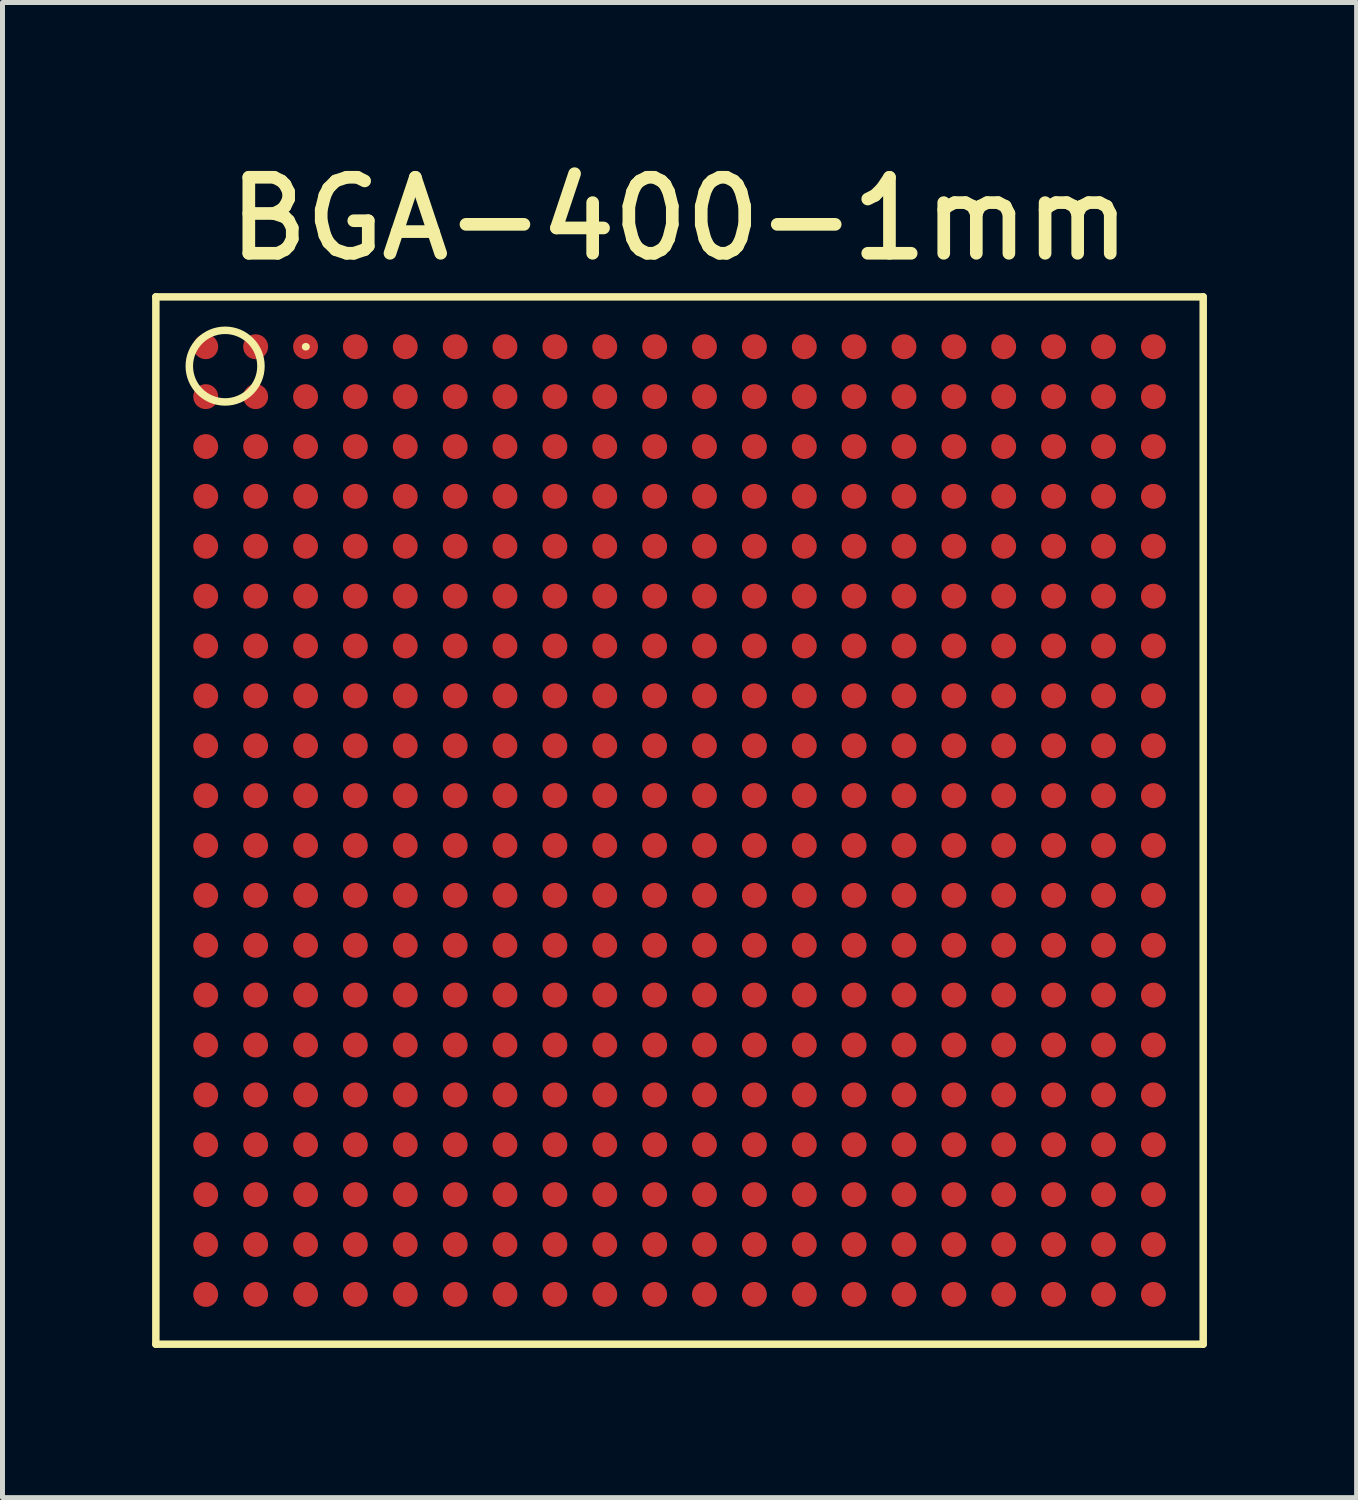
<source format=kicad_pcb>
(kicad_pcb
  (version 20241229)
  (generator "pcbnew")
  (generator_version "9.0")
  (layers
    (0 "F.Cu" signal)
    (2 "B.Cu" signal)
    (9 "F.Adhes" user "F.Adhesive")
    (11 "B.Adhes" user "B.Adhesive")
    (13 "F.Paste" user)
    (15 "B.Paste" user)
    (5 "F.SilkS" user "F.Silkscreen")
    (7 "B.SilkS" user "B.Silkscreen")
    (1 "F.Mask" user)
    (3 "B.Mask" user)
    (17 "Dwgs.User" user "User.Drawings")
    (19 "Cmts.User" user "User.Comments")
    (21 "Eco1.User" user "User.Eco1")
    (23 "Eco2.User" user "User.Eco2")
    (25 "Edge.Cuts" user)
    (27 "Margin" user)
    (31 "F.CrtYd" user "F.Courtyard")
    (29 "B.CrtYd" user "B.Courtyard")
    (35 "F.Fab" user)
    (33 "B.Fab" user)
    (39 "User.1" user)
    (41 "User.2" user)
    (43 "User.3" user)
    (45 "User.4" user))
  (footprint "BGA-400-1mm"
    (layer "F.Cu")
    (at 10.575 13.402)
    (property "Reference" "BGA-400-1mm" (at 0 -12.065 0) (layer "F.SilkS") (effects (font (size 1.524 1.524) (thickness 0.254))))
    (attr smd)
    (fp_line (start -10.5 -10.5) (end 10.5 -10.5) (stroke (width 0.15) (type solid)) (layer "F.SilkS"))
    (fp_line (start -10.5 10.5) (end -10.5 -10.5) (stroke (width 0.15) (type solid)) (layer "F.SilkS"))
    (fp_line (start -7.498 -9.5) (end -7.488 -9.5) (stroke (width 0.15) (type solid)) (layer "F.SilkS"))
    (fp_line (start 10.5 -10.5) (end 10.5 10.5) (stroke (width 0.15) (type solid)) (layer "F.SilkS"))
    (fp_line (start 10.5 10.5) (end -10.5 10.5) (stroke (width 0.15) (type solid)) (layer "F.SilkS"))
    (fp_circle (center -9.111 -9.111) (end -8.603 -9.619) (stroke (width 0.15) (type solid)) (fill no) (layer "F.SilkS"))
    (pad "A1" smd circle (at -9.5 -9.5) (size 0.5 0.5) (layers "F.Cu" "F.Mask" "F.Paste"))
    (pad "A2" smd circle (at -8.499 -9.5) (size 0.5 0.5) (layers "F.Cu" "F.Mask" "F.Paste"))
    (pad "A3" smd circle (at -7.498 -9.5) (size 0.5 0.5) (layers "F.Cu" "F.Mask" "F.Paste"))
    (pad "A4" smd circle (at -6.5 -9.5) (size 0.5 0.5) (layers "F.Cu" "F.Mask" "F.Paste"))
    (pad "A5" smd circle (at -5.499 -9.5) (size 0.5 0.5) (layers "F.Cu" "F.Mask" "F.Paste"))
    (pad "A6" smd circle (at -4.498 -9.5) (size 0.5 0.5) (layers "F.Cu" "F.Mask" "F.Paste"))
    (pad "A7" smd circle (at -3.5 -9.5) (size 0.5 0.5) (layers "F.Cu" "F.Mask" "F.Paste"))
    (pad "A8" smd circle (at -2.499 -9.5) (size 0.5 0.5) (layers "F.Cu" "F.Mask" "F.Paste"))
    (pad "A9" smd circle (at -1.499 -9.5) (size 0.5 0.5) (layers "F.Cu" "F.Mask" "F.Paste"))
    (pad "A10" smd circle (at -0.498 -9.5) (size 0.5 0.5) (layers "F.Cu" "F.Mask" "F.Paste"))
    (pad "A11" smd circle (at 0.5 -9.5) (size 0.5 0.5) (layers "F.Cu" "F.Mask" "F.Paste"))
    (pad "A12" smd circle (at 1.501 -9.5) (size 0.5 0.5) (layers "F.Cu" "F.Mask" "F.Paste"))
    (pad "A13" smd circle (at 2.502 -9.5) (size 0.5 0.5) (layers "F.Cu" "F.Mask" "F.Paste"))
    (pad "A14" smd circle (at 3.5 -9.5) (size 0.5 0.5) (layers "F.Cu" "F.Mask" "F.Paste"))
    (pad "A15" smd circle (at 4.501 -9.5) (size 0.5 0.5) (layers "F.Cu" "F.Mask" "F.Paste"))
    (pad "A16" smd circle (at 5.502 -9.5) (size 0.5 0.5) (layers "F.Cu" "F.Mask" "F.Paste"))
    (pad "A17" smd circle (at 6.5 -9.5) (size 0.5 0.5) (layers "F.Cu" "F.Mask" "F.Paste"))
    (pad "A18" smd circle (at 7.501 -9.5) (size 0.5 0.5) (layers "F.Cu" "F.Mask" "F.Paste"))
    (pad "A19" smd circle (at 8.501 -9.5) (size 0.5 0.5) (layers "F.Cu" "F.Mask" "F.Paste"))
    (pad "A20" smd circle (at 9.502 -9.5) (size 0.5 0.5) (layers "F.Cu" "F.Mask" "F.Paste"))
    (pad "B1" smd circle (at -9.5 -8.499) (size 0.5 0.5) (layers "F.Cu" "F.Mask" "F.Paste"))
    (pad "B2" smd circle (at -8.499 -8.499) (size 0.5 0.5) (layers "F.Cu" "F.Mask" "F.Paste"))
    (pad "B3" smd circle (at -7.498 -8.499) (size 0.5 0.5) (layers "F.Cu" "F.Mask" "F.Paste"))
    (pad "B4" smd circle (at -6.5 -8.499) (size 0.5 0.5) (layers "F.Cu" "F.Mask" "F.Paste"))
    (pad "B5" smd circle (at -5.499 -8.499) (size 0.5 0.5) (layers "F.Cu" "F.Mask" "F.Paste"))
    (pad "B6" smd circle (at -4.498 -8.499) (size 0.5 0.5) (layers "F.Cu" "F.Mask" "F.Paste"))
    (pad "B7" smd circle (at -3.5 -8.499) (size 0.5 0.5) (layers "F.Cu" "F.Mask" "F.Paste"))
    (pad "B8" smd circle (at -2.499 -8.499) (size 0.5 0.5) (layers "F.Cu" "F.Mask" "F.Paste"))
    (pad "B9" smd circle (at -1.499 -8.499) (size 0.5 0.5) (layers "F.Cu" "F.Mask" "F.Paste"))
    (pad "B10" smd circle (at -0.498 -8.499) (size 0.5 0.5) (layers "F.Cu" "F.Mask" "F.Paste"))
    (pad "B11" smd circle (at 0.5 -8.499) (size 0.5 0.5) (layers "F.Cu" "F.Mask" "F.Paste"))
    (pad "B12" smd circle (at 1.501 -8.499) (size 0.5 0.5) (layers "F.Cu" "F.Mask" "F.Paste"))
    (pad "B13" smd circle (at 2.502 -8.499) (size 0.5 0.5) (layers "F.Cu" "F.Mask" "F.Paste"))
    (pad "B14" smd circle (at 3.5 -8.499) (size 0.5 0.5) (layers "F.Cu" "F.Mask" "F.Paste"))
    (pad "B15" smd circle (at 4.501 -8.499) (size 0.5 0.5) (layers "F.Cu" "F.Mask" "F.Paste"))
    (pad "B16" smd circle (at 5.502 -8.499) (size 0.5 0.5) (layers "F.Cu" "F.Mask" "F.Paste"))
    (pad "B17" smd circle (at 6.5 -8.499) (size 0.5 0.5) (layers "F.Cu" "F.Mask" "F.Paste"))
    (pad "B18" smd circle (at 7.501 -8.499) (size 0.5 0.5) (layers "F.Cu" "F.Mask" "F.Paste"))
    (pad "B19" smd circle (at 8.501 -8.499) (size 0.5 0.5) (layers "F.Cu" "F.Mask" "F.Paste"))
    (pad "B20" smd circle (at 9.502 -8.499) (size 0.5 0.5) (layers "F.Cu" "F.Mask" "F.Paste"))
    (pad "C1" smd circle (at -9.5 -7.498) (size 0.5 0.5) (layers "F.Cu" "F.Mask" "F.Paste"))
    (pad "C2" smd circle (at -8.499 -7.498) (size 0.5 0.5) (layers "F.Cu" "F.Mask" "F.Paste"))
    (pad "C3" smd circle (at -7.498 -7.498) (size 0.5 0.5) (layers "F.Cu" "F.Mask" "F.Paste"))
    (pad "C4" smd circle (at -6.5 -7.498) (size 0.5 0.5) (layers "F.Cu" "F.Mask" "F.Paste"))
    (pad "C5" smd circle (at -5.499 -7.498) (size 0.5 0.5) (layers "F.Cu" "F.Mask" "F.Paste"))
    (pad "C6" smd circle (at -4.498 -7.498) (size 0.5 0.5) (layers "F.Cu" "F.Mask" "F.Paste"))
    (pad "C7" smd circle (at -3.5 -7.498) (size 0.5 0.5) (layers "F.Cu" "F.Mask" "F.Paste"))
    (pad "C8" smd circle (at -2.499 -7.498) (size 0.5 0.5) (layers "F.Cu" "F.Mask" "F.Paste"))
    (pad "C9" smd circle (at -1.499 -7.498) (size 0.5 0.5) (layers "F.Cu" "F.Mask" "F.Paste"))
    (pad "C10" smd circle (at -0.498 -7.498) (size 0.5 0.5) (layers "F.Cu" "F.Mask" "F.Paste"))
    (pad "C11" smd circle (at 0.5 -7.498) (size 0.5 0.5) (layers "F.Cu" "F.Mask" "F.Paste"))
    (pad "C12" smd circle (at 1.501 -7.498) (size 0.5 0.5) (layers "F.Cu" "F.Mask" "F.Paste"))
    (pad "C13" smd circle (at 2.502 -7.498) (size 0.5 0.5) (layers "F.Cu" "F.Mask" "F.Paste"))
    (pad "C14" smd circle (at 3.5 -7.498) (size 0.5 0.5) (layers "F.Cu" "F.Mask" "F.Paste"))
    (pad "C15" smd circle (at 4.501 -7.498) (size 0.5 0.5) (layers "F.Cu" "F.Mask" "F.Paste"))
    (pad "C16" smd circle (at 5.502 -7.498) (size 0.5 0.5) (layers "F.Cu" "F.Mask" "F.Paste"))
    (pad "C17" smd circle (at 6.5 -7.498) (size 0.5 0.5) (layers "F.Cu" "F.Mask" "F.Paste"))
    (pad "C18" smd circle (at 7.501 -7.498) (size 0.5 0.5) (layers "F.Cu" "F.Mask" "F.Paste"))
    (pad "C19" smd circle (at 8.501 -7.498) (size 0.5 0.5) (layers "F.Cu" "F.Mask" "F.Paste"))
    (pad "C20" smd circle (at 9.502 -7.498) (size 0.5 0.5) (layers "F.Cu" "F.Mask" "F.Paste"))
    (pad "D1" smd circle (at -9.5 -6.5) (size 0.5 0.5) (layers "F.Cu" "F.Mask" "F.Paste"))
    (pad "D2" smd circle (at -8.499 -6.5) (size 0.5 0.5) (layers "F.Cu" "F.Mask" "F.Paste"))
    (pad "D3" smd circle (at -7.498 -6.5) (size 0.5 0.5) (layers "F.Cu" "F.Mask" "F.Paste"))
    (pad "D4" smd circle (at -6.5 -6.5) (size 0.5 0.5) (layers "F.Cu" "F.Mask" "F.Paste"))
    (pad "D5" smd circle (at -5.499 -6.5) (size 0.5 0.5) (layers "F.Cu" "F.Mask" "F.Paste"))
    (pad "D6" smd circle (at -4.498 -6.5) (size 0.5 0.5) (layers "F.Cu" "F.Mask" "F.Paste"))
    (pad "D7" smd circle (at -3.5 -6.5) (size 0.5 0.5) (layers "F.Cu" "F.Mask" "F.Paste"))
    (pad "D8" smd circle (at -2.499 -6.5) (size 0.5 0.5) (layers "F.Cu" "F.Mask" "F.Paste"))
    (pad "D9" smd circle (at -1.499 -6.5) (size 0.5 0.5) (layers "F.Cu" "F.Mask" "F.Paste"))
    (pad "D10" smd circle (at -0.498 -6.5) (size 0.5 0.5) (layers "F.Cu" "F.Mask" "F.Paste"))
    (pad "D11" smd circle (at 0.5 -6.5) (size 0.5 0.5) (layers "F.Cu" "F.Mask" "F.Paste"))
    (pad "D12" smd circle (at 1.501 -6.5) (size 0.5 0.5) (layers "F.Cu" "F.Mask" "F.Paste"))
    (pad "D13" smd circle (at 2.502 -6.5) (size 0.5 0.5) (layers "F.Cu" "F.Mask" "F.Paste"))
    (pad "D14" smd circle (at 3.5 -6.5) (size 0.5 0.5) (layers "F.Cu" "F.Mask" "F.Paste"))
    (pad "D15" smd circle (at 4.501 -6.5) (size 0.5 0.5) (layers "F.Cu" "F.Mask" "F.Paste"))
    (pad "D16" smd circle (at 5.502 -6.5) (size 0.5 0.5) (layers "F.Cu" "F.Mask" "F.Paste"))
    (pad "D17" smd circle (at 6.5 -6.5) (size 0.5 0.5) (layers "F.Cu" "F.Mask" "F.Paste"))
    (pad "D18" smd circle (at 7.501 -6.5) (size 0.5 0.5) (layers "F.Cu" "F.Mask" "F.Paste"))
    (pad "D19" smd circle (at 8.501 -6.5) (size 0.5 0.5) (layers "F.Cu" "F.Mask" "F.Paste"))
    (pad "D20" smd circle (at 9.502 -6.5) (size 0.5 0.5) (layers "F.Cu" "F.Mask" "F.Paste"))
    (pad "E1" smd circle (at -9.5 -5.499) (size 0.5 0.5) (layers "F.Cu" "F.Mask" "F.Paste"))
    (pad "E2" smd circle (at -8.499 -5.499) (size 0.5 0.5) (layers "F.Cu" "F.Mask" "F.Paste"))
    (pad "E3" smd circle (at -7.498 -5.499) (size 0.5 0.5) (layers "F.Cu" "F.Mask" "F.Paste"))
    (pad "E4" smd circle (at -6.5 -5.499) (size 0.5 0.5) (layers "F.Cu" "F.Mask" "F.Paste"))
    (pad "E5" smd circle (at -5.499 -5.499) (size 0.5 0.5) (layers "F.Cu" "F.Mask" "F.Paste"))
    (pad "E6" smd circle (at -4.498 -5.499) (size 0.5 0.5) (layers "F.Cu" "F.Mask" "F.Paste"))
    (pad "E7" smd circle (at -3.5 -5.499) (size 0.5 0.5) (layers "F.Cu" "F.Mask" "F.Paste"))
    (pad "E8" smd circle (at -2.499 -5.499) (size 0.5 0.5) (layers "F.Cu" "F.Mask" "F.Paste"))
    (pad "E9" smd circle (at -1.499 -5.499) (size 0.5 0.5) (layers "F.Cu" "F.Mask" "F.Paste"))
    (pad "E10" smd circle (at -0.498 -5.499) (size 0.5 0.5) (layers "F.Cu" "F.Mask" "F.Paste"))
    (pad "E11" smd circle (at 0.5 -5.499) (size 0.5 0.5) (layers "F.Cu" "F.Mask" "F.Paste"))
    (pad "E12" smd circle (at 1.501 -5.499) (size 0.5 0.5) (layers "F.Cu" "F.Mask" "F.Paste"))
    (pad "E13" smd circle (at 2.502 -5.499) (size 0.5 0.5) (layers "F.Cu" "F.Mask" "F.Paste"))
    (pad "E14" smd circle (at 3.5 -5.499) (size 0.5 0.5) (layers "F.Cu" "F.Mask" "F.Paste"))
    (pad "E15" smd circle (at 4.501 -5.499) (size 0.5 0.5) (layers "F.Cu" "F.Mask" "F.Paste"))
    (pad "E16" smd circle (at 5.502 -5.499) (size 0.5 0.5) (layers "F.Cu" "F.Mask" "F.Paste"))
    (pad "E17" smd circle (at 6.5 -5.499) (size 0.5 0.5) (layers "F.Cu" "F.Mask" "F.Paste"))
    (pad "E18" smd circle (at 7.501 -5.499) (size 0.5 0.5) (layers "F.Cu" "F.Mask" "F.Paste"))
    (pad "E19" smd circle (at 8.501 -5.499) (size 0.5 0.5) (layers "F.Cu" "F.Mask" "F.Paste"))
    (pad "E20" smd circle (at 9.502 -5.499) (size 0.5 0.5) (layers "F.Cu" "F.Mask" "F.Paste"))
    (pad "F1" smd circle (at -9.5 -4.498) (size 0.5 0.5) (layers "F.Cu" "F.Mask" "F.Paste"))
    (pad "F2" smd circle (at -8.499 -4.498) (size 0.5 0.5) (layers "F.Cu" "F.Mask" "F.Paste"))
    (pad "F3" smd circle (at -7.498 -4.498) (size 0.5 0.5) (layers "F.Cu" "F.Mask" "F.Paste"))
    (pad "F4" smd circle (at -6.5 -4.498) (size 0.5 0.5) (layers "F.Cu" "F.Mask" "F.Paste"))
    (pad "F5" smd circle (at -5.499 -4.498) (size 0.5 0.5) (layers "F.Cu" "F.Mask" "F.Paste"))
    (pad "F6" smd circle (at -4.498 -4.498) (size 0.5 0.5) (layers "F.Cu" "F.Mask" "F.Paste"))
    (pad "F7" smd circle (at -3.5 -4.498) (size 0.5 0.5) (layers "F.Cu" "F.Mask" "F.Paste"))
    (pad "F8" smd circle (at -2.499 -4.498) (size 0.5 0.5) (layers "F.Cu" "F.Mask" "F.Paste"))
    (pad "F9" smd circle (at -1.499 -4.498) (size 0.5 0.5) (layers "F.Cu" "F.Mask" "F.Paste"))
    (pad "F10" smd circle (at -0.498 -4.498) (size 0.5 0.5) (layers "F.Cu" "F.Mask" "F.Paste"))
    (pad "F11" smd circle (at 0.5 -4.498) (size 0.5 0.5) (layers "F.Cu" "F.Mask" "F.Paste"))
    (pad "F12" smd circle (at 1.501 -4.498) (size 0.5 0.5) (layers "F.Cu" "F.Mask" "F.Paste"))
    (pad "F13" smd circle (at 2.502 -4.498) (size 0.5 0.5) (layers "F.Cu" "F.Mask" "F.Paste"))
    (pad "F14" smd circle (at 3.5 -4.498) (size 0.5 0.5) (layers "F.Cu" "F.Mask" "F.Paste"))
    (pad "F15" smd circle (at 4.501 -4.498) (size 0.5 0.5) (layers "F.Cu" "F.Mask" "F.Paste"))
    (pad "F16" smd circle (at 5.502 -4.498) (size 0.5 0.5) (layers "F.Cu" "F.Mask" "F.Paste"))
    (pad "F17" smd circle (at 6.5 -4.498) (size 0.5 0.5) (layers "F.Cu" "F.Mask" "F.Paste"))
    (pad "F18" smd circle (at 7.501 -4.498) (size 0.5 0.5) (layers "F.Cu" "F.Mask" "F.Paste"))
    (pad "F19" smd circle (at 8.501 -4.498) (size 0.5 0.5) (layers "F.Cu" "F.Mask" "F.Paste"))
    (pad "F20" smd circle (at 9.502 -4.498) (size 0.5 0.5) (layers "F.Cu" "F.Mask" "F.Paste"))
    (pad "G1" smd circle (at -9.5 -3.5) (size 0.5 0.5) (layers "F.Cu" "F.Mask" "F.Paste"))
    (pad "G2" smd circle (at -8.499 -3.5) (size 0.5 0.5) (layers "F.Cu" "F.Mask" "F.Paste"))
    (pad "G3" smd circle (at -7.498 -3.5) (size 0.5 0.5) (layers "F.Cu" "F.Mask" "F.Paste"))
    (pad "G4" smd circle (at -6.5 -3.5) (size 0.5 0.5) (layers "F.Cu" "F.Mask" "F.Paste"))
    (pad "G5" smd circle (at -5.499 -3.5) (size 0.5 0.5) (layers "F.Cu" "F.Mask" "F.Paste"))
    (pad "G6" smd circle (at -4.498 -3.5) (size 0.5 0.5) (layers "F.Cu" "F.Mask" "F.Paste"))
    (pad "G7" smd circle (at -3.5 -3.5) (size 0.5 0.5) (layers "F.Cu" "F.Mask" "F.Paste"))
    (pad "G8" smd circle (at -2.499 -3.5) (size 0.5 0.5) (layers "F.Cu" "F.Mask" "F.Paste"))
    (pad "G9" smd circle (at -1.499 -3.5) (size 0.5 0.5) (layers "F.Cu" "F.Mask" "F.Paste"))
    (pad "G10" smd circle (at -0.5 -3.5) (size 0.5 0.5) (layers "F.Cu" "F.Mask" "F.Paste"))
    (pad "G11" smd circle (at 0.5 -3.5) (size 0.5 0.5) (layers "F.Cu" "F.Mask" "F.Paste"))
    (pad "G12" smd circle (at 1.501 -3.5) (size 0.5 0.5) (layers "F.Cu" "F.Mask" "F.Paste"))
    (pad "G13" smd circle (at 2.502 -3.5) (size 0.5 0.5) (layers "F.Cu" "F.Mask" "F.Paste"))
    (pad "G14" smd circle (at 3.5 -3.5) (size 0.5 0.5) (layers "F.Cu" "F.Mask" "F.Paste"))
    (pad "G15" smd circle (at 4.501 -3.5) (size 0.5 0.5) (layers "F.Cu" "F.Mask" "F.Paste"))
    (pad "G16" smd circle (at 5.502 -3.5) (size 0.5 0.5) (layers "F.Cu" "F.Mask" "F.Paste"))
    (pad "G17" smd circle (at 6.5 -3.5) (size 0.5 0.5) (layers "F.Cu" "F.Mask" "F.Paste"))
    (pad "G18" smd circle (at 7.501 -3.5) (size 0.5 0.5) (layers "F.Cu" "F.Mask" "F.Paste"))
    (pad "G19" smd circle (at 8.501 -3.5) (size 0.5 0.5) (layers "F.Cu" "F.Mask" "F.Paste"))
    (pad "G20" smd circle (at 9.502 -3.5) (size 0.5 0.5) (layers "F.Cu" "F.Mask" "F.Paste"))
    (pad "H1" smd circle (at -9.5 -2.499) (size 0.5 0.5) (layers "F.Cu" "F.Mask" "F.Paste"))
    (pad "H2" smd circle (at -8.499 -2.499) (size 0.5 0.5) (layers "F.Cu" "F.Mask" "F.Paste"))
    (pad "H3" smd circle (at -7.498 -2.499) (size 0.5 0.5) (layers "F.Cu" "F.Mask" "F.Paste"))
    (pad "H4" smd circle (at -6.5 -2.499) (size 0.5 0.5) (layers "F.Cu" "F.Mask" "F.Paste"))
    (pad "H5" smd circle (at -5.499 -2.499) (size 0.5 0.5) (layers "F.Cu" "F.Mask" "F.Paste"))
    (pad "H6" smd circle (at -4.498 -2.499) (size 0.5 0.5) (layers "F.Cu" "F.Mask" "F.Paste"))
    (pad "H7" smd circle (at -3.5 -2.499) (size 0.5 0.5) (layers "F.Cu" "F.Mask" "F.Paste"))
    (pad "H8" smd circle (at -2.499 -2.499) (size 0.5 0.5) (layers "F.Cu" "F.Mask" "F.Paste"))
    (pad "H9" smd circle (at -1.499 -2.499) (size 0.5 0.5) (layers "F.Cu" "F.Mask" "F.Paste"))
    (pad "H10" smd circle (at -0.5 -2.499) (size 0.5 0.5) (layers "F.Cu" "F.Mask" "F.Paste"))
    (pad "H11" smd circle (at 0.5 -2.499) (size 0.5 0.5) (layers "F.Cu" "F.Mask" "F.Paste"))
    (pad "H12" smd circle (at 1.501 -2.499) (size 0.5 0.5) (layers "F.Cu" "F.Mask" "F.Paste"))
    (pad "H13" smd circle (at 2.502 -2.499) (size 0.5 0.5) (layers "F.Cu" "F.Mask" "F.Paste"))
    (pad "H14" smd circle (at 3.5 -2.499) (size 0.5 0.5) (layers "F.Cu" "F.Mask" "F.Paste"))
    (pad "H15" smd circle (at 4.501 -2.499) (size 0.5 0.5) (layers "F.Cu" "F.Mask" "F.Paste"))
    (pad "H16" smd circle (at 5.502 -2.499) (size 0.5 0.5) (layers "F.Cu" "F.Mask" "F.Paste"))
    (pad "H17" smd circle (at 6.5 -2.499) (size 0.5 0.5) (layers "F.Cu" "F.Mask" "F.Paste"))
    (pad "H18" smd circle (at 7.501 -2.499) (size 0.5 0.5) (layers "F.Cu" "F.Mask" "F.Paste"))
    (pad "H19" smd circle (at 8.501 -2.499) (size 0.5 0.5) (layers "F.Cu" "F.Mask" "F.Paste"))
    (pad "H20" smd circle (at 9.502 -2.499) (size 0.5 0.5) (layers "F.Cu" "F.Mask" "F.Paste"))
    (pad "J1" smd circle (at -9.5 -1.499) (size 0.5 0.5) (layers "F.Cu" "F.Mask" "F.Paste"))
    (pad "J2" smd circle (at -8.499 -1.499) (size 0.5 0.5) (layers "F.Cu" "F.Mask" "F.Paste"))
    (pad "J3" smd circle (at -7.498 -1.499) (size 0.5 0.5) (layers "F.Cu" "F.Mask" "F.Paste"))
    (pad "J4" smd circle (at -6.5 -1.499) (size 0.5 0.5) (layers "F.Cu" "F.Mask" "F.Paste"))
    (pad "J5" smd circle (at -5.499 -1.499) (size 0.5 0.5) (layers "F.Cu" "F.Mask" "F.Paste"))
    (pad "J6" smd circle (at -4.498 -1.499) (size 0.5 0.5) (layers "F.Cu" "F.Mask" "F.Paste"))
    (pad "J7" smd circle (at -3.5 -1.499) (size 0.5 0.5) (layers "F.Cu" "F.Mask" "F.Paste"))
    (pad "J8" smd circle (at -2.499 -1.499) (size 0.5 0.5) (layers "F.Cu" "F.Mask" "F.Paste"))
    (pad "J9" smd circle (at -1.499 -1.499) (size 0.5 0.5) (layers "F.Cu" "F.Mask" "F.Paste"))
    (pad "J10" smd circle (at -0.5 -1.499) (size 0.5 0.5) (layers "F.Cu" "F.Mask" "F.Paste"))
    (pad "J11" smd circle (at 0.5 -1.499) (size 0.5 0.5) (layers "F.Cu" "F.Mask" "F.Paste"))
    (pad "J12" smd circle (at 1.501 -1.499) (size 0.5 0.5) (layers "F.Cu" "F.Mask" "F.Paste"))
    (pad "J13" smd circle (at 2.502 -1.499) (size 0.5 0.5) (layers "F.Cu" "F.Mask" "F.Paste"))
    (pad "J14" smd circle (at 3.5 -1.499) (size 0.5 0.5) (layers "F.Cu" "F.Mask" "F.Paste"))
    (pad "J15" smd circle (at 4.501 -1.499) (size 0.5 0.5) (layers "F.Cu" "F.Mask" "F.Paste"))
    (pad "J16" smd circle (at 5.502 -1.499) (size 0.5 0.5) (layers "F.Cu" "F.Mask" "F.Paste"))
    (pad "J17" smd circle (at 6.5 -1.499) (size 0.5 0.5) (layers "F.Cu" "F.Mask" "F.Paste"))
    (pad "J18" smd circle (at 7.501 -1.499) (size 0.5 0.5) (layers "F.Cu" "F.Mask" "F.Paste"))
    (pad "J19" smd circle (at 8.501 -1.499) (size 0.5 0.5) (layers "F.Cu" "F.Mask" "F.Paste"))
    (pad "J20" smd circle (at 9.502 -1.499) (size 0.5 0.5) (layers "F.Cu" "F.Mask" "F.Paste"))
    (pad "K1" smd circle (at -9.5 -0.498) (size 0.5 0.5) (layers "F.Cu" "F.Mask" "F.Paste"))
    (pad "K2" smd circle (at -8.499 -0.498) (size 0.5 0.5) (layers "F.Cu" "F.Mask" "F.Paste"))
    (pad "K3" smd circle (at -7.498 -0.498) (size 0.5 0.5) (layers "F.Cu" "F.Mask" "F.Paste"))
    (pad "K4" smd circle (at -6.5 -0.498) (size 0.5 0.5) (layers "F.Cu" "F.Mask" "F.Paste"))
    (pad "K5" smd circle (at -5.499 -0.498) (size 0.5 0.5) (layers "F.Cu" "F.Mask" "F.Paste"))
    (pad "K6" smd circle (at -4.498 -0.498) (size 0.5 0.5) (layers "F.Cu" "F.Mask" "F.Paste"))
    (pad "K7" smd circle (at -3.5 -0.5) (size 0.5 0.5) (layers "F.Cu" "F.Mask" "F.Paste"))
    (pad "K8" smd circle (at -2.499 -0.5) (size 0.5 0.5) (layers "F.Cu" "F.Mask" "F.Paste"))
    (pad "K9" smd circle (at -1.499 -0.5) (size 0.5 0.5) (layers "F.Cu" "F.Mask" "F.Paste"))
    (pad "K10" smd circle (at -0.5 -0.5) (size 0.5 0.5) (layers "F.Cu" "F.Mask" "F.Paste"))
    (pad "K11" smd circle (at 0.5 -0.5) (size 0.5 0.5) (layers "F.Cu" "F.Mask" "F.Paste"))
    (pad "K12" smd circle (at 1.501 -0.5) (size 0.5 0.5) (layers "F.Cu" "F.Mask" "F.Paste"))
    (pad "K13" smd circle (at 2.502 -0.5) (size 0.5 0.5) (layers "F.Cu" "F.Mask" "F.Paste"))
    (pad "K14" smd circle (at 3.5 -0.5) (size 0.5 0.5) (layers "F.Cu" "F.Mask" "F.Paste"))
    (pad "K15" smd circle (at 4.501 -0.498) (size 0.5 0.5) (layers "F.Cu" "F.Mask" "F.Paste"))
    (pad "K16" smd circle (at 5.502 -0.498) (size 0.5 0.5) (layers "F.Cu" "F.Mask" "F.Paste"))
    (pad "K17" smd circle (at 6.5 -0.498) (size 0.5 0.5) (layers "F.Cu" "F.Mask" "F.Paste"))
    (pad "K18" smd circle (at 7.501 -0.498) (size 0.5 0.5) (layers "F.Cu" "F.Mask" "F.Paste"))
    (pad "K19" smd circle (at 8.501 -0.498) (size 0.5 0.5) (layers "F.Cu" "F.Mask" "F.Paste"))
    (pad "K20" smd circle (at 9.502 -0.498) (size 0.5 0.5) (layers "F.Cu" "F.Mask" "F.Paste"))
    (pad "L1" smd circle (at -9.5 0.5) (size 0.5 0.5) (layers "F.Cu" "F.Mask" "F.Paste"))
    (pad "L2" smd circle (at -8.499 0.5) (size 0.5 0.5) (layers "F.Cu" "F.Mask" "F.Paste"))
    (pad "L3" smd circle (at -7.498 0.5) (size 0.5 0.5) (layers "F.Cu" "F.Mask" "F.Paste"))
    (pad "L4" smd circle (at -6.5 0.5) (size 0.5 0.5) (layers "F.Cu" "F.Mask" "F.Paste"))
    (pad "L5" smd circle (at -5.499 0.5) (size 0.5 0.5) (layers "F.Cu" "F.Mask" "F.Paste"))
    (pad "L6" smd circle (at -4.498 0.5) (size 0.5 0.5) (layers "F.Cu" "F.Mask" "F.Paste"))
    (pad "L7" smd circle (at -3.5 0.5) (size 0.5 0.5) (layers "F.Cu" "F.Mask" "F.Paste"))
    (pad "L8" smd circle (at -2.499 0.5) (size 0.5 0.5) (layers "F.Cu" "F.Mask" "F.Paste"))
    (pad "L9" smd circle (at -1.499 0.5) (size 0.5 0.5) (layers "F.Cu" "F.Mask" "F.Paste"))
    (pad "L10" smd circle (at -0.5 0.5) (size 0.5 0.5) (layers "F.Cu" "F.Mask" "F.Paste"))
    (pad "L11" smd circle (at 0.5 0.5) (size 0.5 0.5) (layers "F.Cu" "F.Mask" "F.Paste"))
    (pad "L12" smd circle (at 1.501 0.5) (size 0.5 0.5) (layers "F.Cu" "F.Mask" "F.Paste"))
    (pad "L13" smd circle (at 2.502 0.5) (size 0.5 0.5) (layers "F.Cu" "F.Mask" "F.Paste"))
    (pad "L14" smd circle (at 3.5 0.5) (size 0.5 0.5) (layers "F.Cu" "F.Mask" "F.Paste"))
    (pad "L15" smd circle (at 4.501 0.5) (size 0.5 0.5) (layers "F.Cu" "F.Mask" "F.Paste"))
    (pad "L16" smd circle (at 5.502 0.5) (size 0.5 0.5) (layers "F.Cu" "F.Mask" "F.Paste"))
    (pad "L17" smd circle (at 6.5 0.5) (size 0.5 0.5) (layers "F.Cu" "F.Mask" "F.Paste"))
    (pad "L18" smd circle (at 7.501 0.5) (size 0.5 0.5) (layers "F.Cu" "F.Mask" "F.Paste"))
    (pad "L19" smd circle (at 8.501 0.5) (size 0.5 0.5) (layers "F.Cu" "F.Mask" "F.Paste"))
    (pad "L20" smd circle (at 9.502 0.5) (size 0.5 0.5) (layers "F.Cu" "F.Mask" "F.Paste"))
    (pad "M1" smd circle (at -9.5 1.501) (size 0.5 0.5) (layers "F.Cu" "F.Mask" "F.Paste"))
    (pad "M2" smd circle (at -8.499 1.501) (size 0.5 0.5) (layers "F.Cu" "F.Mask" "F.Paste"))
    (pad "M3" smd circle (at -7.498 1.501) (size 0.5 0.5) (layers "F.Cu" "F.Mask" "F.Paste"))
    (pad "M4" smd circle (at -6.5 1.501) (size 0.5 0.5) (layers "F.Cu" "F.Mask" "F.Paste"))
    (pad "M5" smd circle (at -5.499 1.501) (size 0.5 0.5) (layers "F.Cu" "F.Mask" "F.Paste"))
    (pad "M6" smd circle (at -4.498 1.501) (size 0.5 0.5) (layers "F.Cu" "F.Mask" "F.Paste"))
    (pad "M7" smd circle (at -3.5 1.501) (size 0.5 0.5) (layers "F.Cu" "F.Mask" "F.Paste"))
    (pad "M8" smd circle (at -2.499 1.501) (size 0.5 0.5) (layers "F.Cu" "F.Mask" "F.Paste"))
    (pad "M9" smd circle (at -1.499 1.501) (size 0.5 0.5) (layers "F.Cu" "F.Mask" "F.Paste"))
    (pad "M10" smd circle (at -0.5 1.501) (size 0.5 0.5) (layers "F.Cu" "F.Mask" "F.Paste"))
    (pad "M11" smd circle (at 0.5 1.501) (size 0.5 0.5) (layers "F.Cu" "F.Mask" "F.Paste"))
    (pad "M12" smd circle (at 1.501 1.501) (size 0.5 0.5) (layers "F.Cu" "F.Mask" "F.Paste"))
    (pad "M13" smd circle (at 2.502 1.501) (size 0.5 0.5) (layers "F.Cu" "F.Mask" "F.Paste"))
    (pad "M14" smd circle (at 3.5 1.501) (size 0.5 0.5) (layers "F.Cu" "F.Mask" "F.Paste"))
    (pad "M15" smd circle (at 4.501 1.501) (size 0.5 0.5) (layers "F.Cu" "F.Mask" "F.Paste"))
    (pad "M16" smd circle (at 5.502 1.501) (size 0.5 0.5) (layers "F.Cu" "F.Mask" "F.Paste"))
    (pad "M17" smd circle (at 6.5 1.501) (size 0.5 0.5) (layers "F.Cu" "F.Mask" "F.Paste"))
    (pad "M18" smd circle (at 7.501 1.501) (size 0.5 0.5) (layers "F.Cu" "F.Mask" "F.Paste"))
    (pad "M19" smd circle (at 8.501 1.501) (size 0.5 0.5) (layers "F.Cu" "F.Mask" "F.Paste"))
    (pad "M20" smd circle (at 9.502 1.501) (size 0.5 0.5) (layers "F.Cu" "F.Mask" "F.Paste"))
    (pad "N1" smd circle (at -9.5 2.502) (size 0.5 0.5) (layers "F.Cu" "F.Mask" "F.Paste"))
    (pad "N2" smd circle (at -8.499 2.502) (size 0.5 0.5) (layers "F.Cu" "F.Mask" "F.Paste"))
    (pad "N3" smd circle (at -7.498 2.502) (size 0.5 0.5) (layers "F.Cu" "F.Mask" "F.Paste"))
    (pad "N4" smd circle (at -6.5 2.502) (size 0.5 0.5) (layers "F.Cu" "F.Mask" "F.Paste"))
    (pad "N5" smd circle (at -5.499 2.502) (size 0.5 0.5) (layers "F.Cu" "F.Mask" "F.Paste"))
    (pad "N6" smd circle (at -4.498 2.502) (size 0.5 0.5) (layers "F.Cu" "F.Mask" "F.Paste"))
    (pad "N7" smd circle (at -3.5 2.502) (size 0.5 0.5) (layers "F.Cu" "F.Mask" "F.Paste"))
    (pad "N8" smd circle (at -2.499 2.502) (size 0.5 0.5) (layers "F.Cu" "F.Mask" "F.Paste"))
    (pad "N9" smd circle (at -1.499 2.502) (size 0.5 0.5) (layers "F.Cu" "F.Mask" "F.Paste"))
    (pad "N10" smd circle (at -0.5 2.502) (size 0.5 0.5) (layers "F.Cu" "F.Mask" "F.Paste"))
    (pad "N11" smd circle (at 0.5 2.502) (size 0.5 0.5) (layers "F.Cu" "F.Mask" "F.Paste"))
    (pad "N12" smd circle (at 1.501 2.502) (size 0.5 0.5) (layers "F.Cu" "F.Mask" "F.Paste"))
    (pad "N13" smd circle (at 2.502 2.502) (size 0.5 0.5) (layers "F.Cu" "F.Mask" "F.Paste"))
    (pad "N14" smd circle (at 3.5 2.502) (size 0.5 0.5) (layers "F.Cu" "F.Mask" "F.Paste"))
    (pad "N15" smd circle (at 4.501 2.502) (size 0.5 0.5) (layers "F.Cu" "F.Mask" "F.Paste"))
    (pad "N16" smd circle (at 5.502 2.502) (size 0.5 0.5) (layers "F.Cu" "F.Mask" "F.Paste"))
    (pad "N17" smd circle (at 6.5 2.502) (size 0.5 0.5) (layers "F.Cu" "F.Mask" "F.Paste"))
    (pad "N18" smd circle (at 7.501 2.502) (size 0.5 0.5) (layers "F.Cu" "F.Mask" "F.Paste"))
    (pad "N19" smd circle (at 8.501 2.502) (size 0.5 0.5) (layers "F.Cu" "F.Mask" "F.Paste"))
    (pad "N20" smd circle (at 9.502 2.502) (size 0.5 0.5) (layers "F.Cu" "F.Mask" "F.Paste"))
    (pad "P1" smd circle (at -9.5 3.5) (size 0.5 0.5) (layers "F.Cu" "F.Mask" "F.Paste"))
    (pad "P2" smd circle (at -8.499 3.5) (size 0.5 0.5) (layers "F.Cu" "F.Mask" "F.Paste"))
    (pad "P3" smd circle (at -7.498 3.5) (size 0.5 0.5) (layers "F.Cu" "F.Mask" "F.Paste"))
    (pad "P4" smd circle (at -6.5 3.5) (size 0.5 0.5) (layers "F.Cu" "F.Mask" "F.Paste"))
    (pad "P5" smd circle (at -5.499 3.5) (size 0.5 0.5) (layers "F.Cu" "F.Mask" "F.Paste"))
    (pad "P6" smd circle (at -4.498 3.5) (size 0.5 0.5) (layers "F.Cu" "F.Mask" "F.Paste"))
    (pad "P7" smd circle (at -3.5 3.5) (size 0.5 0.5) (layers "F.Cu" "F.Mask" "F.Paste"))
    (pad "P8" smd circle (at -2.499 3.5) (size 0.5 0.5) (layers "F.Cu" "F.Mask" "F.Paste"))
    (pad "P9" smd circle (at -1.499 3.5) (size 0.5 0.5) (layers "F.Cu" "F.Mask" "F.Paste"))
    (pad "P10" smd circle (at -0.5 3.5) (size 0.5 0.5) (layers "F.Cu" "F.Mask" "F.Paste"))
    (pad "P11" smd circle (at 0.5 3.5) (size 0.5 0.5) (layers "F.Cu" "F.Mask" "F.Paste"))
    (pad "P12" smd circle (at 1.501 3.5) (size 0.5 0.5) (layers "F.Cu" "F.Mask" "F.Paste"))
    (pad "P13" smd circle (at 2.502 3.5) (size 0.5 0.5) (layers "F.Cu" "F.Mask" "F.Paste"))
    (pad "P14" smd circle (at 3.5 3.5) (size 0.5 0.5) (layers "F.Cu" "F.Mask" "F.Paste"))
    (pad "P15" smd circle (at 4.501 3.5) (size 0.5 0.5) (layers "F.Cu" "F.Mask" "F.Paste"))
    (pad "P16" smd circle (at 5.502 3.5) (size 0.5 0.5) (layers "F.Cu" "F.Mask" "F.Paste"))
    (pad "P17" smd circle (at 6.5 3.5) (size 0.5 0.5) (layers "F.Cu" "F.Mask" "F.Paste"))
    (pad "P18" smd circle (at 7.501 3.5) (size 0.5 0.5) (layers "F.Cu" "F.Mask" "F.Paste"))
    (pad "P19" smd circle (at 8.501 3.5) (size 0.5 0.5) (layers "F.Cu" "F.Mask" "F.Paste"))
    (pad "P20" smd circle (at 9.502 3.5) (size 0.5 0.5) (layers "F.Cu" "F.Mask" "F.Paste"))
    (pad "R1" smd circle (at -9.5 4.501) (size 0.5 0.5) (layers "F.Cu" "F.Mask" "F.Paste"))
    (pad "R2" smd circle (at -8.499 4.501) (size 0.5 0.5) (layers "F.Cu" "F.Mask" "F.Paste"))
    (pad "R3" smd circle (at -7.498 4.501) (size 0.5 0.5) (layers "F.Cu" "F.Mask" "F.Paste"))
    (pad "R4" smd circle (at -6.5 4.501) (size 0.5 0.5) (layers "F.Cu" "F.Mask" "F.Paste"))
    (pad "R5" smd circle (at -5.499 4.501) (size 0.5 0.5) (layers "F.Cu" "F.Mask" "F.Paste"))
    (pad "R6" smd circle (at -4.498 4.501) (size 0.5 0.5) (layers "F.Cu" "F.Mask" "F.Paste"))
    (pad "R7" smd circle (at -3.5 4.501) (size 0.5 0.5) (layers "F.Cu" "F.Mask" "F.Paste"))
    (pad "R8" smd circle (at -2.499 4.501) (size 0.5 0.5) (layers "F.Cu" "F.Mask" "F.Paste"))
    (pad "R9" smd circle (at -1.499 4.501) (size 0.5 0.5) (layers "F.Cu" "F.Mask" "F.Paste"))
    (pad "R10" smd circle (at -0.498 4.501) (size 0.5 0.5) (layers "F.Cu" "F.Mask" "F.Paste"))
    (pad "R11" smd circle (at 0.5 4.501) (size 0.5 0.5) (layers "F.Cu" "F.Mask" "F.Paste"))
    (pad "R12" smd circle (at 1.501 4.501) (size 0.5 0.5) (layers "F.Cu" "F.Mask" "F.Paste"))
    (pad "R13" smd circle (at 2.502 4.501) (size 0.5 0.5) (layers "F.Cu" "F.Mask" "F.Paste"))
    (pad "R14" smd circle (at 3.5 4.501) (size 0.5 0.5) (layers "F.Cu" "F.Mask" "F.Paste"))
    (pad "R15" smd circle (at 4.501 4.501) (size 0.5 0.5) (layers "F.Cu" "F.Mask" "F.Paste"))
    (pad "R16" smd circle (at 5.502 4.501) (size 0.5 0.5) (layers "F.Cu" "F.Mask" "F.Paste"))
    (pad "R17" smd circle (at 6.5 4.501) (size 0.5 0.5) (layers "F.Cu" "F.Mask" "F.Paste"))
    (pad "R18" smd circle (at 7.501 4.501) (size 0.5 0.5) (layers "F.Cu" "F.Mask" "F.Paste"))
    (pad "R19" smd circle (at 8.501 4.501) (size 0.5 0.5) (layers "F.Cu" "F.Mask" "F.Paste"))
    (pad "R20" smd circle (at 9.502 4.501) (size 0.5 0.5) (layers "F.Cu" "F.Mask" "F.Paste"))
    (pad "T1" smd circle (at -9.5 5.502) (size 0.5 0.5) (layers "F.Cu" "F.Mask" "F.Paste"))
    (pad "T2" smd circle (at -8.499 5.502) (size 0.5 0.5) (layers "F.Cu" "F.Mask" "F.Paste"))
    (pad "T3" smd circle (at -7.498 5.502) (size 0.5 0.5) (layers "F.Cu" "F.Mask" "F.Paste"))
    (pad "T4" smd circle (at -6.5 5.502) (size 0.5 0.5) (layers "F.Cu" "F.Mask" "F.Paste"))
    (pad "T5" smd circle (at -5.499 5.502) (size 0.5 0.5) (layers "F.Cu" "F.Mask" "F.Paste"))
    (pad "T6" smd circle (at -4.498 5.502) (size 0.5 0.5) (layers "F.Cu" "F.Mask" "F.Paste"))
    (pad "T7" smd circle (at -3.5 5.502) (size 0.5 0.5) (layers "F.Cu" "F.Mask" "F.Paste"))
    (pad "T8" smd circle (at -2.499 5.502) (size 0.5 0.5) (layers "F.Cu" "F.Mask" "F.Paste"))
    (pad "T9" smd circle (at -1.499 5.502) (size 0.5 0.5) (layers "F.Cu" "F.Mask" "F.Paste"))
    (pad "T10" smd circle (at -0.498 5.502) (size 0.5 0.5) (layers "F.Cu" "F.Mask" "F.Paste"))
    (pad "T11" smd circle (at 0.5 5.502) (size 0.5 0.5) (layers "F.Cu" "F.Mask" "F.Paste"))
    (pad "T12" smd circle (at 1.501 5.502) (size 0.5 0.5) (layers "F.Cu" "F.Mask" "F.Paste"))
    (pad "T13" smd circle (at 2.502 5.502) (size 0.5 0.5) (layers "F.Cu" "F.Mask" "F.Paste"))
    (pad "T14" smd circle (at 3.5 5.502) (size 0.5 0.5) (layers "F.Cu" "F.Mask" "F.Paste"))
    (pad "T15" smd circle (at 4.501 5.502) (size 0.5 0.5) (layers "F.Cu" "F.Mask" "F.Paste"))
    (pad "T16" smd circle (at 5.502 5.502) (size 0.5 0.5) (layers "F.Cu" "F.Mask" "F.Paste"))
    (pad "T17" smd circle (at 6.5 5.502) (size 0.5 0.5) (layers "F.Cu" "F.Mask" "F.Paste"))
    (pad "T18" smd circle (at 7.501 5.502) (size 0.5 0.5) (layers "F.Cu" "F.Mask" "F.Paste"))
    (pad "T19" smd circle (at 8.501 5.502) (size 0.5 0.5) (layers "F.Cu" "F.Mask" "F.Paste"))
    (pad "T20" smd circle (at 9.502 5.502) (size 0.5 0.5) (layers "F.Cu" "F.Mask" "F.Paste"))
    (pad "U1" smd circle (at -9.5 6.5) (size 0.5 0.5) (layers "F.Cu" "F.Mask" "F.Paste"))
    (pad "U2" smd circle (at -8.499 6.5) (size 0.5 0.5) (layers "F.Cu" "F.Mask" "F.Paste"))
    (pad "U3" smd circle (at -7.498 6.5) (size 0.5 0.5) (layers "F.Cu" "F.Mask" "F.Paste"))
    (pad "U4" smd circle (at -6.5 6.5) (size 0.5 0.5) (layers "F.Cu" "F.Mask" "F.Paste"))
    (pad "U5" smd circle (at -5.499 6.5) (size 0.5 0.5) (layers "F.Cu" "F.Mask" "F.Paste"))
    (pad "U6" smd circle (at -4.498 6.5) (size 0.5 0.5) (layers "F.Cu" "F.Mask" "F.Paste"))
    (pad "U7" smd circle (at -3.5 6.5) (size 0.5 0.5) (layers "F.Cu" "F.Mask" "F.Paste"))
    (pad "U8" smd circle (at -2.499 6.5) (size 0.5 0.5) (layers "F.Cu" "F.Mask" "F.Paste"))
    (pad "U9" smd circle (at -1.499 6.5) (size 0.5 0.5) (layers "F.Cu" "F.Mask" "F.Paste"))
    (pad "U10" smd circle (at -0.498 6.5) (size 0.5 0.5) (layers "F.Cu" "F.Mask" "F.Paste"))
    (pad "U11" smd circle (at 0.5 6.5) (size 0.5 0.5) (layers "F.Cu" "F.Mask" "F.Paste"))
    (pad "U12" smd circle (at 1.501 6.5) (size 0.5 0.5) (layers "F.Cu" "F.Mask" "F.Paste"))
    (pad "U13" smd circle (at 2.502 6.5) (size 0.5 0.5) (layers "F.Cu" "F.Mask" "F.Paste"))
    (pad "U14" smd circle (at 3.5 6.5) (size 0.5 0.5) (layers "F.Cu" "F.Mask" "F.Paste"))
    (pad "U15" smd circle (at 4.501 6.5) (size 0.5 0.5) (layers "F.Cu" "F.Mask" "F.Paste"))
    (pad "U16" smd circle (at 5.502 6.5) (size 0.5 0.5) (layers "F.Cu" "F.Mask" "F.Paste"))
    (pad "U17" smd circle (at 6.5 6.5) (size 0.5 0.5) (layers "F.Cu" "F.Mask" "F.Paste"))
    (pad "U18" smd circle (at 7.501 6.5) (size 0.5 0.5) (layers "F.Cu" "F.Mask" "F.Paste"))
    (pad "U19" smd circle (at 8.501 6.5) (size 0.5 0.5) (layers "F.Cu" "F.Mask" "F.Paste"))
    (pad "U20" smd circle (at 9.502 6.5) (size 0.5 0.5) (layers "F.Cu" "F.Mask" "F.Paste"))
    (pad "V1" smd circle (at -9.5 7.501) (size 0.5 0.5) (layers "F.Cu" "F.Mask" "F.Paste"))
    (pad "V2" smd circle (at -8.499 7.501) (size 0.5 0.5) (layers "F.Cu" "F.Mask" "F.Paste"))
    (pad "V3" smd circle (at -7.498 7.501) (size 0.5 0.5) (layers "F.Cu" "F.Mask" "F.Paste"))
    (pad "V4" smd circle (at -6.5 7.501) (size 0.5 0.5) (layers "F.Cu" "F.Mask" "F.Paste"))
    (pad "V5" smd circle (at -5.499 7.501) (size 0.5 0.5) (layers "F.Cu" "F.Mask" "F.Paste"))
    (pad "V6" smd circle (at -4.498 7.501) (size 0.5 0.5) (layers "F.Cu" "F.Mask" "F.Paste"))
    (pad "V7" smd circle (at -3.5 7.501) (size 0.5 0.5) (layers "F.Cu" "F.Mask" "F.Paste"))
    (pad "V8" smd circle (at -2.499 7.501) (size 0.5 0.5) (layers "F.Cu" "F.Mask" "F.Paste"))
    (pad "V9" smd circle (at -1.499 7.501) (size 0.5 0.5) (layers "F.Cu" "F.Mask" "F.Paste"))
    (pad "V10" smd circle (at -0.498 7.501) (size 0.5 0.5) (layers "F.Cu" "F.Mask" "F.Paste"))
    (pad "V11" smd circle (at 0.5 7.501) (size 0.5 0.5) (layers "F.Cu" "F.Mask" "F.Paste"))
    (pad "V12" smd circle (at 1.501 7.501) (size 0.5 0.5) (layers "F.Cu" "F.Mask" "F.Paste"))
    (pad "V13" smd circle (at 2.502 7.501) (size 0.5 0.5) (layers "F.Cu" "F.Mask" "F.Paste"))
    (pad "V14" smd circle (at 3.5 7.501) (size 0.5 0.5) (layers "F.Cu" "F.Mask" "F.Paste"))
    (pad "V15" smd circle (at 4.501 7.501) (size 0.5 0.5) (layers "F.Cu" "F.Mask" "F.Paste"))
    (pad "V16" smd circle (at 5.502 7.501) (size 0.5 0.5) (layers "F.Cu" "F.Mask" "F.Paste"))
    (pad "V17" smd circle (at 6.5 7.501) (size 0.5 0.5) (layers "F.Cu" "F.Mask" "F.Paste"))
    (pad "V18" smd circle (at 7.501 7.501) (size 0.5 0.5) (layers "F.Cu" "F.Mask" "F.Paste"))
    (pad "V19" smd circle (at 8.501 7.501) (size 0.5 0.5) (layers "F.Cu" "F.Mask" "F.Paste"))
    (pad "V20" smd circle (at 9.502 7.501) (size 0.5 0.5) (layers "F.Cu" "F.Mask" "F.Paste"))
    (pad "W1" smd circle (at -9.5 8.501) (size 0.5 0.5) (layers "F.Cu" "F.Mask" "F.Paste"))
    (pad "W2" smd circle (at -8.499 8.501) (size 0.5 0.5) (layers "F.Cu" "F.Mask" "F.Paste"))
    (pad "W3" smd circle (at -7.498 8.501) (size 0.5 0.5) (layers "F.Cu" "F.Mask" "F.Paste"))
    (pad "W4" smd circle (at -6.5 8.501) (size 0.5 0.5) (layers "F.Cu" "F.Mask" "F.Paste"))
    (pad "W5" smd circle (at -5.499 8.501) (size 0.5 0.5) (layers "F.Cu" "F.Mask" "F.Paste"))
    (pad "W6" smd circle (at -4.498 8.501) (size 0.5 0.5) (layers "F.Cu" "F.Mask" "F.Paste"))
    (pad "W7" smd circle (at -3.5 8.501) (size 0.5 0.5) (layers "F.Cu" "F.Mask" "F.Paste"))
    (pad "W8" smd circle (at -2.499 8.501) (size 0.5 0.5) (layers "F.Cu" "F.Mask" "F.Paste"))
    (pad "W9" smd circle (at -1.499 8.501) (size 0.5 0.5) (layers "F.Cu" "F.Mask" "F.Paste"))
    (pad "W10" smd circle (at -0.498 8.501) (size 0.5 0.5) (layers "F.Cu" "F.Mask" "F.Paste"))
    (pad "W11" smd circle (at 0.5 8.501) (size 0.5 0.5) (layers "F.Cu" "F.Mask" "F.Paste"))
    (pad "W12" smd circle (at 1.501 8.501) (size 0.5 0.5) (layers "F.Cu" "F.Mask" "F.Paste"))
    (pad "W13" smd circle (at 2.502 8.501) (size 0.5 0.5) (layers "F.Cu" "F.Mask" "F.Paste"))
    (pad "W14" smd circle (at 3.5 8.501) (size 0.5 0.5) (layers "F.Cu" "F.Mask" "F.Paste"))
    (pad "W15" smd circle (at 4.501 8.501) (size 0.5 0.5) (layers "F.Cu" "F.Mask" "F.Paste"))
    (pad "W16" smd circle (at 5.502 8.501) (size 0.5 0.5) (layers "F.Cu" "F.Mask" "F.Paste"))
    (pad "W17" smd circle (at 6.5 8.501) (size 0.5 0.5) (layers "F.Cu" "F.Mask" "F.Paste"))
    (pad "W18" smd circle (at 7.501 8.501) (size 0.5 0.5) (layers "F.Cu" "F.Mask" "F.Paste"))
    (pad "W19" smd circle (at 8.501 8.501) (size 0.5 0.5) (layers "F.Cu" "F.Mask" "F.Paste"))
    (pad "W20" smd circle (at 9.502 8.501) (size 0.5 0.5) (layers "F.Cu" "F.Mask" "F.Paste"))
    (pad "Y1" smd circle (at -9.5 9.502) (size 0.5 0.5) (layers "F.Cu" "F.Mask" "F.Paste"))
    (pad "Y2" smd circle (at -8.499 9.502) (size 0.5 0.5) (layers "F.Cu" "F.Mask" "F.Paste"))
    (pad "Y3" smd circle (at -7.498 9.502) (size 0.5 0.5) (layers "F.Cu" "F.Mask" "F.Paste"))
    (pad "Y4" smd circle (at -6.5 9.502) (size 0.5 0.5) (layers "F.Cu" "F.Mask" "F.Paste"))
    (pad "Y5" smd circle (at -5.499 9.502) (size 0.5 0.5) (layers "F.Cu" "F.Mask" "F.Paste"))
    (pad "Y6" smd circle (at -4.498 9.502) (size 0.5 0.5) (layers "F.Cu" "F.Mask" "F.Paste"))
    (pad "Y7" smd circle (at -3.5 9.502) (size 0.5 0.5) (layers "F.Cu" "F.Mask" "F.Paste"))
    (pad "Y8" smd circle (at -2.499 9.502) (size 0.5 0.5) (layers "F.Cu" "F.Mask" "F.Paste"))
    (pad "Y9" smd circle (at -1.499 9.502) (size 0.5 0.5) (layers "F.Cu" "F.Mask" "F.Paste"))
    (pad "Y10" smd circle (at -0.498 9.502) (size 0.5 0.5) (layers "F.Cu" "F.Mask" "F.Paste"))
    (pad "Y11" smd circle (at 0.5 9.502) (size 0.5 0.5) (layers "F.Cu" "F.Mask" "F.Paste"))
    (pad "Y12" smd circle (at 1.501 9.502) (size 0.5 0.5) (layers "F.Cu" "F.Mask" "F.Paste"))
    (pad "Y13" smd circle (at 2.502 9.502) (size 0.5 0.5) (layers "F.Cu" "F.Mask" "F.Paste"))
    (pad "Y14" smd circle (at 3.5 9.502) (size 0.5 0.5) (layers "F.Cu" "F.Mask" "F.Paste"))
    (pad "Y15" smd circle (at 4.501 9.502) (size 0.5 0.5) (layers "F.Cu" "F.Mask" "F.Paste"))
    (pad "Y16" smd circle (at 5.502 9.502) (size 0.5 0.5) (layers "F.Cu" "F.Mask" "F.Paste"))
    (pad "Y17" smd circle (at 6.5 9.502) (size 0.5 0.5) (layers "F.Cu" "F.Mask" "F.Paste"))
    (pad "Y18" smd circle (at 7.501 9.502) (size 0.5 0.5) (layers "F.Cu" "F.Mask" "F.Paste"))
    (pad "Y19" smd circle (at 8.501 9.502) (size 0.5 0.5) (layers "F.Cu" "F.Mask" "F.Paste"))
    (pad "Y20" smd circle (at 9.502 9.502) (size 0.5 0.5) (layers "F.Cu" "F.Mask" "F.Paste")))
  (gr_rect
    (start -3 -3)
    (end 24.151 26.978)
    (stroke (width 0.1) (type default))
    (fill no)
    (layer "Edge.Cuts")))
</source>
